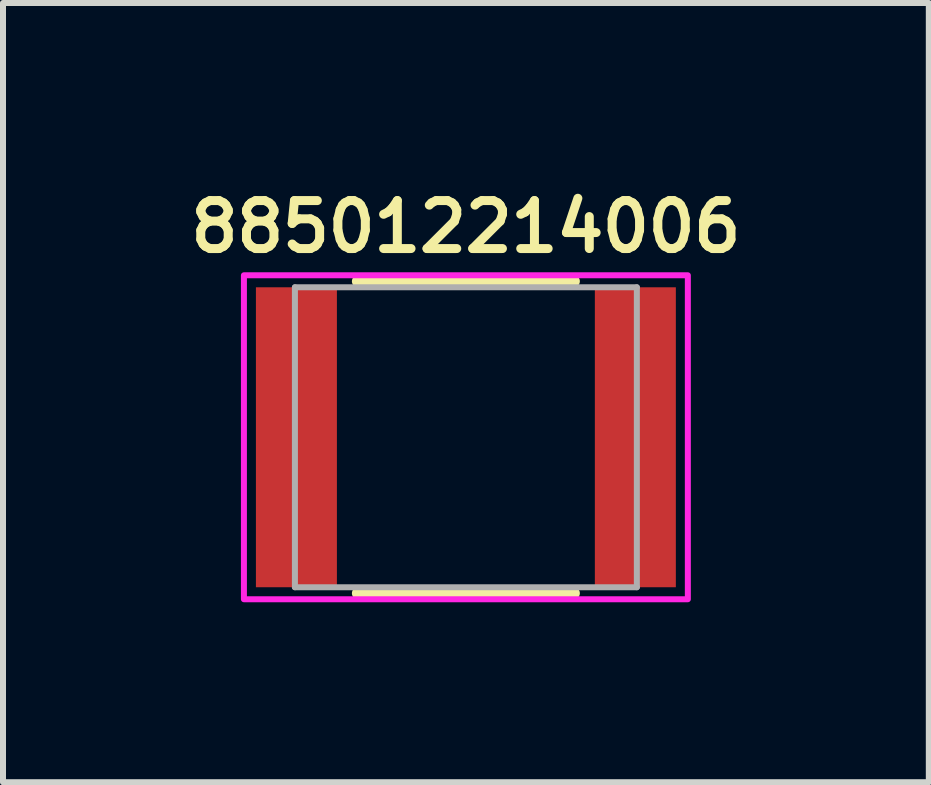
<source format=kicad_pcb>
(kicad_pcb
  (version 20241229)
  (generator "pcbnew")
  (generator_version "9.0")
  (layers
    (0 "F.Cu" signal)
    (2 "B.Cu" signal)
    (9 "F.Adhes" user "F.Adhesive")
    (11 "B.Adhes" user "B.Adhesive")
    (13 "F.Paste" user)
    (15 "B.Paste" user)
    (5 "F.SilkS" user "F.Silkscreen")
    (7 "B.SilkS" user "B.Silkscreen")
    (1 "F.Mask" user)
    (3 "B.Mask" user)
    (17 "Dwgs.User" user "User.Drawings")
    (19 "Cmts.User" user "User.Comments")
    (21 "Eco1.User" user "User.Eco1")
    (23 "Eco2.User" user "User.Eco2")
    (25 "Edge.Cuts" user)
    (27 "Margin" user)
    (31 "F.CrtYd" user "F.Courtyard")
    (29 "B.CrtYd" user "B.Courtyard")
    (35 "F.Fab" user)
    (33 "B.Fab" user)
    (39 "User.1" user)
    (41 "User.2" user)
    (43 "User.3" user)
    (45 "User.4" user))
  (footprint "885012214006"
    (layer "F.Cu")
    (at 4.716 4.239)
    (property "Reference" "885012214006" (at 0 -3.508 0) (layer "F.SilkS") (effects (font (size 0.8 0.8) (thickness 0.15))))
    (attr smd)
    (fp_line (start -1.8 -2.6) (end 1.8 -2.6) (stroke (width 0.2) (type solid)) (layer "F.SilkS"))
    (fp_line (start 1.8 2.6) (end -1.8 2.6) (stroke (width 0.2) (type solid)) (layer "F.SilkS"))
    (fp_poly (pts (xy -3.7 -2.7) (xy 3.7 -2.7) (xy 3.7 2.7) (xy -3.7 2.7)) (stroke (width 0.1) (type solid)) (fill no) (layer "F.CrtYd"))
    (fp_line (start -2.85 -2.5) (end -2.85 2.5) (stroke (width 0.1) (type solid)) (layer "F.Fab"))
    (fp_line (start -2.85 -2.5) (end 2.85 -2.5) (stroke (width 0.1) (type solid)) (layer "F.Fab"))
    (fp_line (start -2.85 2.5) (end 2.85 2.5) (stroke (width 0.1) (type solid)) (layer "F.Fab"))
    (fp_line (start 2.85 2.5) (end 2.85 -2.5) (stroke (width 0.1) (type solid)) (layer "F.Fab"))
    (pad "1" smd rect (at -2.825 0) (size 1.35 5) (layers "F.Cu" "F.Mask" "F.Paste"))
    (pad "2" smd rect (at 2.825 0) (size 1.35 5) (layers "F.Cu" "F.Mask" "F.Paste")))
  (gr_rect
    (start -3 -3)
    (end 12.433 9.989)
    (stroke (width 0.1) (type default))
    (fill no)
    (layer "Edge.Cuts")))
</source>
